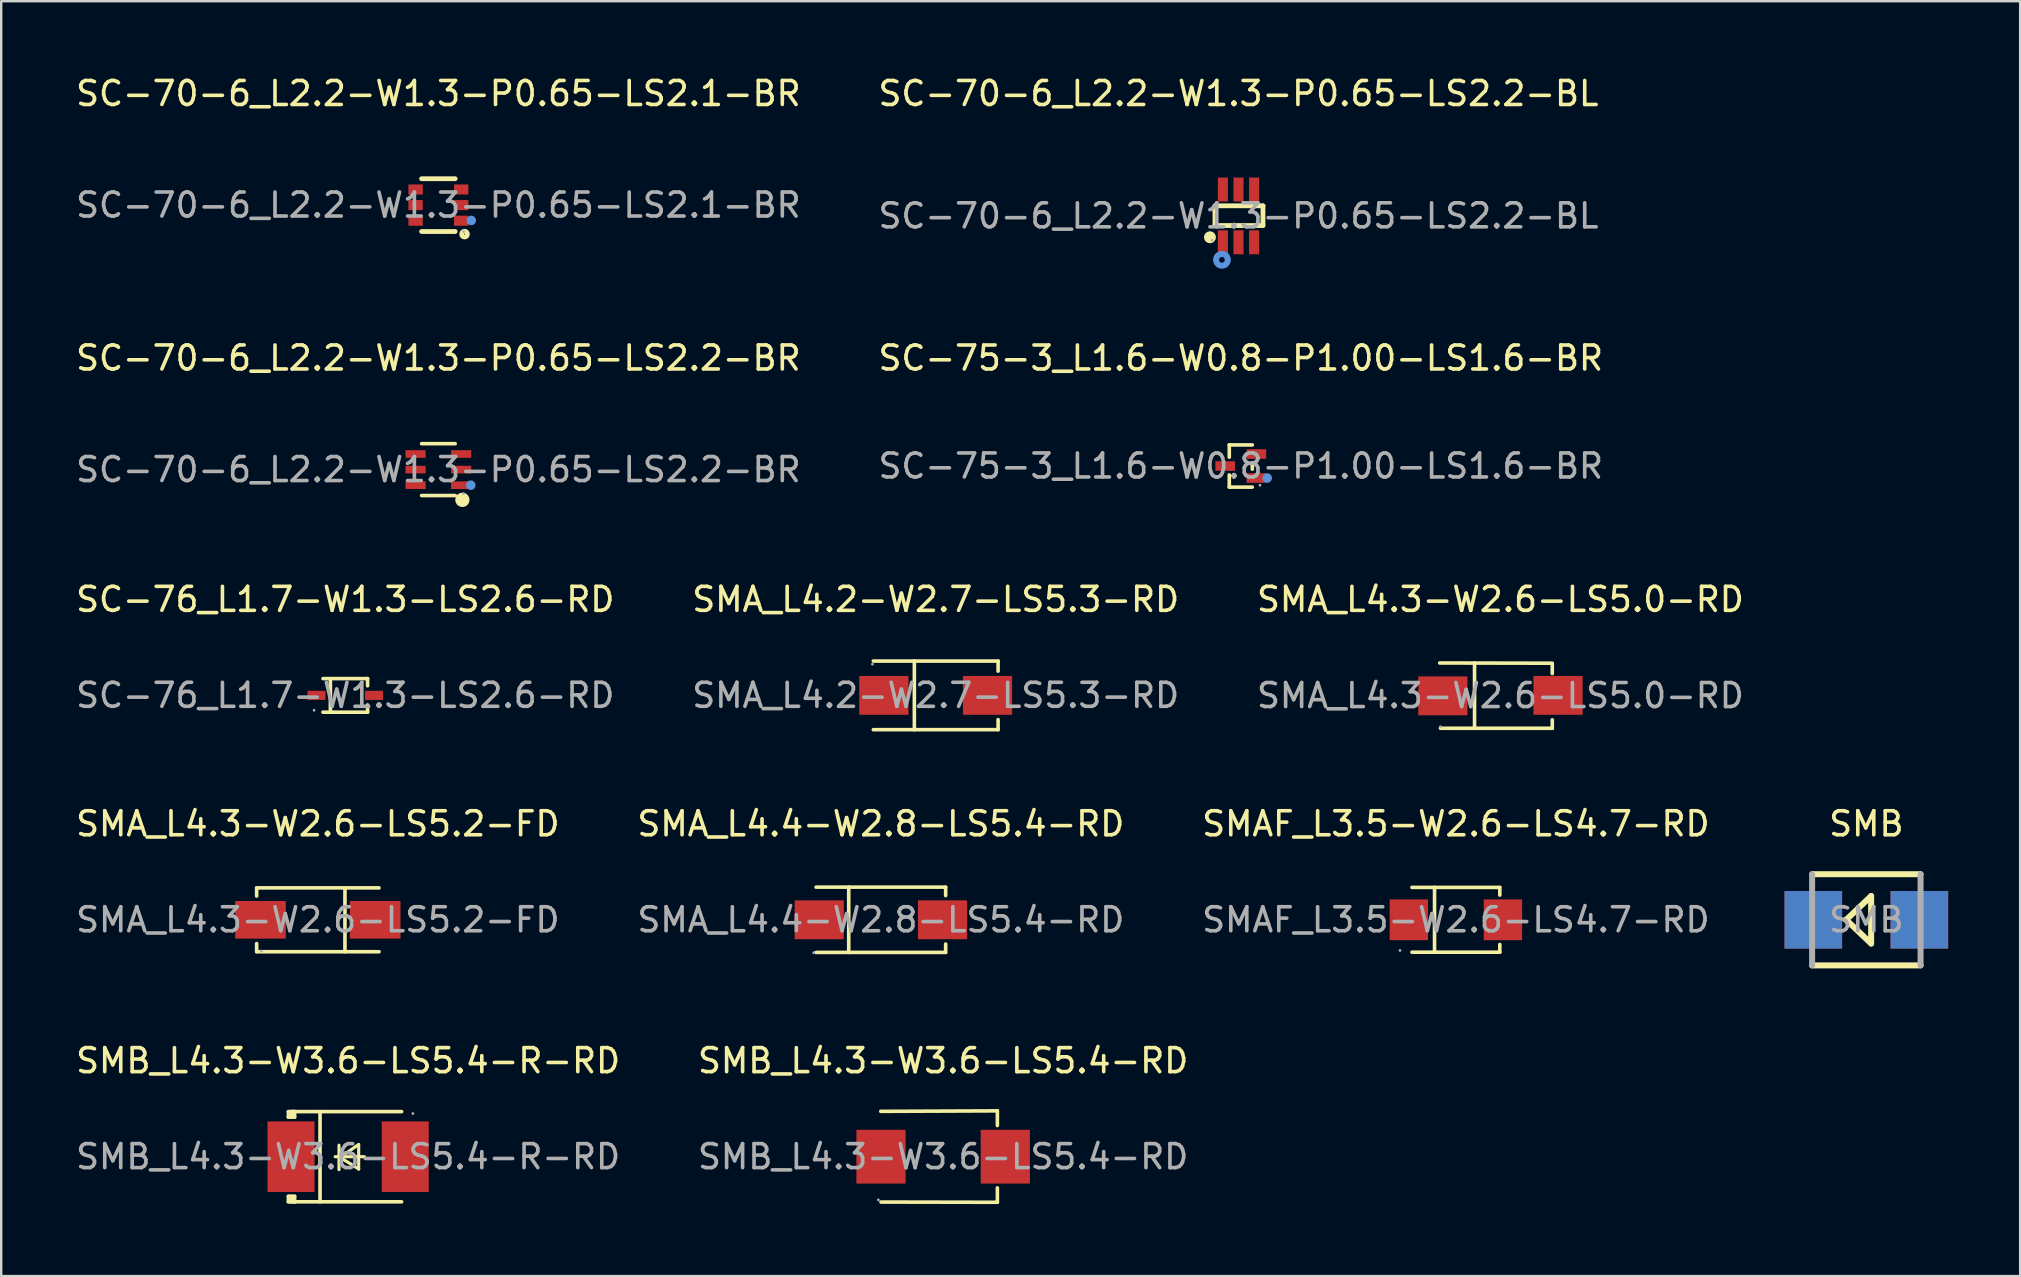
<source format=kicad_pcb>
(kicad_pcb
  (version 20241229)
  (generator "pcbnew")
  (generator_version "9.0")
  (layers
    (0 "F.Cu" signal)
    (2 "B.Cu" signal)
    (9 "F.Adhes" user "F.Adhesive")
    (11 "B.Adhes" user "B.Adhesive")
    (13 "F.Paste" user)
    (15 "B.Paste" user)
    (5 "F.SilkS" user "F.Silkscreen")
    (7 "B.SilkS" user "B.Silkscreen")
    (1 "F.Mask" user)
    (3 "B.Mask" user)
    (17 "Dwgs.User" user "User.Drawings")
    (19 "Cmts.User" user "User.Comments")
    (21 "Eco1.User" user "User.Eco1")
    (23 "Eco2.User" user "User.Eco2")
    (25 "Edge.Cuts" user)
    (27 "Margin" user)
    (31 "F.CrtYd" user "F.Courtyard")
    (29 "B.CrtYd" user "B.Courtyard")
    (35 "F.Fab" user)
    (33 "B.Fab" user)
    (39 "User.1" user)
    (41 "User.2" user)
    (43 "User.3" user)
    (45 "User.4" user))
  (footprint "SC-70-6_L2.2-W1.3-P0.65-LS2.2-BR"
    (layer "F.Cu")
    (at 15.22 16.521)
    (property "Reference" "SC-70-6_L2.2-W1.3-P0.65-LS2.2-BR" (at 0 -4.65 0) (layer "F.SilkS") (effects (font (size 1 1) (thickness 0.15))))
    (attr through_hole)
    (fp_line (start 0.7 -1.08) (end -0.7 -1.08) (stroke (width 0.15) (type solid)) (layer "F.SilkS"))
    (fp_line (start 0.7 1.08) (end -0.7 1.08) (stroke (width 0.15) (type solid)) (layer "F.SilkS"))
    (fp_circle (center 1 1.26) (end 1.15 1.26) (stroke (width 0.3) (type solid)) (fill no) (layer "F.SilkS"))
    (fp_circle (center 1.35 0.65) (end 1.45 0.65) (stroke (width 0.2) (type solid)) (fill no) (layer "Cmts.User"))
    (fp_circle (center 1.05 1) (end 1.08 1) (stroke (width 0.06) (type solid)) (fill no) (layer "F.Fab"))
    (fp_text user "${REFERENCE}" (at 0 0 0) (layer "F.Fab") (effects (font (size 1 1) (thickness 0.15))))
    (pad "1" smd rect (at 0.95 0.65) (size 0.84 0.32) (layers "F.Cu" "F.Mask" "F.Paste"))
    (pad "2" smd rect (at 0.95 0) (size 0.84 0.32) (layers "F.Cu" "F.Mask" "F.Paste"))
    (pad "3" smd rect (at 0.95 -0.65) (size 0.84 0.32) (layers "F.Cu" "F.Mask" "F.Paste"))
    (pad "4" smd rect (at -0.95 -0.65) (size 0.84 0.32) (layers "F.Cu" "F.Mask" "F.Paste"))
    (pad "5" smd rect (at -0.95 0) (size 0.84 0.32) (layers "F.Cu" "F.Mask" "F.Paste"))
    (pad "6" smd rect (at -0.95 0.65) (size 0.84 0.32) (layers "F.Cu" "F.Mask" "F.Paste")))
  (footprint "SMB_L4.3-W3.6-LS5.4-R-RD"
    (layer "F.Cu")
    (at 11.458 45.156)
    (property "Reference" "SMB_L4.3-W3.6-LS5.4-R-RD" (at 0 -4 0) (layer "F.SilkS") (effects (font (size 1 1) (thickness 0.15))))
    (attr through_hole)
    (fp_line (start -2.49 -1.88) (end -2.23 -1.88) (stroke (width 0.15) (type solid)) (layer "F.SilkS"))
    (fp_line (start -2.49 -1.65) (end -2.49 -1.88) (stroke (width 0.15) (type solid)) (layer "F.SilkS"))
    (fp_line (start -2.49 1.65) (end -2.23 1.65) (stroke (width 0.15) (type solid)) (layer "F.SilkS"))
    (fp_line (start -2.49 1.88) (end -2.49 1.65) (stroke (width 0.15) (type solid)) (layer "F.SilkS"))
    (fp_line (start -2.36 -1.87) (end -2.35 -1.88) (stroke (width 0.15) (type solid)) (layer "F.SilkS"))
    (fp_line (start -2.36 -1.65) (end -2.36 -1.87) (stroke (width 0.15) (type solid)) (layer "F.SilkS"))
    (fp_line (start -2.36 1.88) (end -2.36 1.65) (stroke (width 0.15) (type solid)) (layer "F.SilkS"))
    (fp_line (start -2.35 -1.88) (end -2.35 -1.65) (stroke (width 0.15) (type solid)) (layer "F.SilkS"))
    (fp_line (start -2.23 -1.88) (end -2.35 -1.88) (stroke (width 0.15) (type solid)) (layer "F.SilkS"))
    (fp_line (start -2.23 -1.65) (end -2.49 -1.65) (stroke (width 0.15) (type solid)) (layer "F.SilkS"))
    (fp_line (start -2.23 -1.65) (end -2.23 -1.88) (stroke (width 0.15) (type solid)) (layer "F.SilkS"))
    (fp_line (start -2.23 1.88) (end -2.49 1.88) (stroke (width 0.15) (type solid)) (layer "F.SilkS"))
    (fp_line (start -2.23 1.88) (end -2.36 1.88) (stroke (width 0.15) (type solid)) (layer "F.SilkS"))
    (fp_line (start -2.23 1.88) (end -2.23 1.65) (stroke (width 0.15) (type solid)) (layer "F.SilkS"))
    (fp_line (start -1.17 1.88) (end -1.17 -1.88) (stroke (width 0.15) (type solid)) (layer "F.SilkS"))
    (fp_line (start -0.54 0) (end 0.68 0) (stroke (width 0.13) (type solid)) (layer "F.SilkS"))
    (fp_line (start -0.38 -0.48) (end -0.38 0.54) (stroke (width 0.13) (type solid)) (layer "F.SilkS"))
    (fp_line (start -0.34 0.03) (end 0.44 0.51) (stroke (width 0.13) (type solid)) (layer "F.SilkS"))
    (fp_line (start 0.44 -0.51) (end -0.34 0.03) (stroke (width 0.13) (type solid)) (layer "F.SilkS"))
    (fp_line (start 0.44 0.52) (end 0.44 -0.5) (stroke (width 0.13) (type solid)) (layer "F.SilkS"))
    (fp_line (start 2.23 -1.88) (end -2.23 -1.88) (stroke (width 0.15) (type solid)) (layer "F.SilkS"))
    (fp_line (start 2.23 1.88) (end -2.23 1.88) (stroke (width 0.15) (type solid)) (layer "F.SilkS"))
    (fp_circle (center 2.7 -1.8) (end 2.73 -1.8) (stroke (width 0.06) (type solid)) (fill no) (layer "F.Fab"))
    (fp_text user "${REFERENCE}" (at 0 0 0) (layer "F.Fab") (effects (font (size 1 1) (thickness 0.15))))
    (pad "1" smd rect (at 2.38 0 180) (size 1.96 2.94) (layers "F.Cu" "F.Mask" "F.Paste"))
    (pad "2" smd rect (at -2.38 0 180) (size 1.96 2.94) (layers "F.Cu" "F.Mask" "F.Paste")))
  (footprint "SC-70-6_L2.2-W1.3-P0.65-LS2.2-BL"
    (layer "F.Cu")
    (at 48.565 5.948)
    (property "Reference" "SC-70-6_L2.2-W1.3-P0.65-LS2.2-BL" (at 0 -5.1 0) (layer "F.SilkS") (effects (font (size 1 1) (thickness 0.15))))
    (attr through_hole)
    (fp_line (start -0.98 -0.42) (end -0.98 -0.21) (stroke (width 0.2) (type solid)) (layer "F.SilkS"))
    (fp_line (start -0.98 -0.21) (end -0.98 0.4) (stroke (width 0.2) (type solid)) (layer "F.SilkS"))
    (fp_line (start -0.98 0.4) (end 1.02 0.4) (stroke (width 0.2) (type solid)) (layer "F.SilkS"))
    (fp_line (start 1.02 -0.42) (end -0.98 -0.42) (stroke (width 0.2) (type solid)) (layer "F.SilkS"))
    (fp_line (start 1.02 0.4) (end 1.02 -0.42) (stroke (width 0.2) (type solid)) (layer "F.SilkS"))
    (fp_arc (start -1.19 0.89) (mid -1.19 0.89) (end -1.19 0.89) (stroke (width 0.25) (type solid)) (layer "F.SilkS"))
    (fp_circle (center -0.69 1.83) (end -0.57 1.83) (stroke (width 0.25) (type solid)) (fill no) (layer "Cmts.User"))
    (fp_circle (center -1.1 1.01) (end -1.07 1.01) (stroke (width 0.06) (type solid)) (fill no) (layer "F.Fab"))
    (fp_text user "${REFERENCE}" (at 0 0 0) (layer "F.Fab") (effects (font (size 1 1) (thickness 0.15))))
    (pad "1" smd rect (at -0.65 1.1) (size 0.42 1) (layers "F.Cu" "F.Mask" "F.Paste"))
    (pad "2" smd rect (at 0 1.1) (size 0.42 1) (layers "F.Cu" "F.Mask" "F.Paste"))
    (pad "3" smd rect (at 0.65 1.1) (size 0.42 1) (layers "F.Cu" "F.Mask" "F.Paste"))
    (pad "4" smd rect (at 0.65 -1.1 180) (size 0.42 1) (layers "F.Cu" "F.Mask" "F.Paste"))
    (pad "5" smd rect (at 0 -1.1 180) (size 0.42 1) (layers "F.Cu" "F.Mask" "F.Paste"))
    (pad "6" smd rect (at -0.65 -1.1 180) (size 0.42 1) (layers "F.Cu" "F.Mask" "F.Paste")))
  (footprint "SC-75-3_L1.6-W0.8-P1.00-LS1.6-BR"
    (layer "F.Cu")
    (at 48.661 16.372)
    (property "Reference" "SC-75-3_L1.6-W0.8-P1.00-LS1.6-BR" (at 0 -4.5 0) (layer "F.SilkS") (effects (font (size 1 1) (thickness 0.15))))
    (attr through_hole)
    (fp_line (start -0.48 -0.88) (end -0.48 -0.37) (stroke (width 0.15) (type solid)) (layer "F.SilkS"))
    (fp_line (start -0.48 0.88) (end -0.48 0.37) (stroke (width 0.15) (type solid)) (layer "F.SilkS"))
    (fp_line (start 0.48 -0.88) (end -0.48 -0.88) (stroke (width 0.15) (type solid)) (layer "F.SilkS"))
    (fp_line (start 0.48 -0.13) (end 0.48 0.13) (stroke (width 0.15) (type solid)) (layer "F.SilkS"))
    (fp_line (start 0.48 0.88) (end -0.48 0.88) (stroke (width 0.15) (type solid)) (layer "F.SilkS"))
    (fp_circle (center 1.1 0.5) (end 1.2 0.5) (stroke (width 0.2) (type solid)) (fill no) (layer "Cmts.User"))
    (fp_circle (center 0.8 0.8) (end 0.83 0.8) (stroke (width 0.06) (type solid)) (fill no) (layer "F.Fab"))
    (fp_text user "${REFERENCE}" (at 0 0 0) (layer "F.Fab") (effects (font (size 1 1) (thickness 0.15))))
    (pad "1" smd rect (at 0.65 0.5) (size 0.82 0.4) (layers "F.Cu" "F.Mask" "F.Paste"))
    (pad "2" smd rect (at 0.65 -0.5) (size 0.82 0.4) (layers "F.Cu" "F.Mask" "F.Paste"))
    (pad "3" smd rect (at -0.65 0) (size 0.82 0.4) (layers "F.Cu" "F.Mask" "F.Paste")))
  (footprint "SMA_L4.3-W2.6-LS5.2-FD"
    (layer "F.Cu")
    (at 10.196 35.283)
    (property "Reference" "SMA_L4.3-W2.6-LS5.2-FD" (at 0 -4 0) (layer "F.SilkS") (effects (font (size 1 1) (thickness 0.15))))
    (attr through_hole)
    (fp_line (start -2.55 -1.33) (end -2.55 -0.99) (stroke (width 0.15) (type solid)) (layer "F.SilkS"))
    (fp_line (start -2.55 1.33) (end -2.55 0.99) (stroke (width 0.15) (type solid)) (layer "F.SilkS"))
    (fp_line (start 1.13 1.33) (end 1.13 -1.33) (stroke (width 0.15) (type solid)) (layer "F.SilkS"))
    (fp_line (start 2.55 -1.33) (end -2.55 -1.33) (stroke (width 0.15) (type solid)) (layer "F.SilkS"))
    (fp_line (start 2.55 1.33) (end -2.55 1.33) (stroke (width 0.15) (type solid)) (layer "F.SilkS"))
    (fp_circle (center -2.35 1.3) (end -2.32 1.3) (stroke (width 0.06) (type solid)) (fill no) (layer "F.Fab"))
    (fp_text user "${REFERENCE}" (at 0 0 0) (layer "F.Fab") (effects (font (size 1 1) (thickness 0.15))))
    (pad "1" smd rect (at -2.39 0) (size 2.11 1.57) (layers "F.Cu" "F.Mask" "F.Paste"))
    (pad "2" smd rect (at 2.39 0) (size 2.11 1.57) (layers "F.Cu" "F.Mask" "F.Paste")))
  (footprint "SC-70-6_L2.2-W1.3-P0.65-LS2.1-BR"
    (layer "F.Cu")
    (at 15.22 5.498)
    (property "Reference" "SC-70-6_L2.2-W1.3-P0.65-LS2.1-BR" (at 0 -4.65 0) (layer "F.SilkS") (effects (font (size 1 1) (thickness 0.15))))
    (attr through_hole)
    (fp_line (start -0.7 -1.1) (end 0.7 -1.1) (stroke (width 0.2) (type solid)) (layer "F.SilkS"))
    (fp_line (start -0.7 1.1) (end 0.7 1.1) (stroke (width 0.2) (type solid)) (layer "F.SilkS"))
    (fp_arc (start 1.1 1.09) (mid 1.085013 1.330313) (end 1.089966 1.089584) (stroke (width 0.2) (type solid)) (layer "F.SilkS"))
    (fp_circle (center 1.37 0.64) (end 1.47 0.64) (stroke (width 0.2) (type solid)) (fill no) (layer "Cmts.User"))
    (fp_circle (center 1.05 1.1) (end 1.08 1.1) (stroke (width 0.06) (type solid)) (fill no) (layer "F.Fab"))
    (fp_text user "${REFERENCE}" (at 0 0 0) (layer "F.Fab") (effects (font (size 1 1) (thickness 0.15))))
    (pad "1" smd rect (at 0.95 0.65 90) (size 0.42 0.6) (layers "F.Cu" "F.Mask" "F.Paste"))
    (pad "2" smd rect (at 0.95 0 90) (size 0.42 0.6) (layers "F.Cu" "F.Mask" "F.Paste"))
    (pad "3" smd rect (at 0.95 -0.65 90) (size 0.42 0.6) (layers "F.Cu" "F.Mask" "F.Paste"))
    (pad "4" smd rect (at -0.95 -0.65 270) (size 0.42 0.6) (layers "F.Cu" "F.Mask" "F.Paste"))
    (pad "5" smd rect (at -0.95 0 270) (size 0.42 0.6) (layers "F.Cu" "F.Mask" "F.Paste"))
    (pad "6" smd rect (at -0.95 0.65 270) (size 0.42 0.6) (layers "F.Cu" "F.Mask" "F.Paste")))
  (footprint "SMB_L4.3-W3.6-LS5.4-RD"
    (layer "F.Cu")
    (at 36.256 45.156)
    (property "Reference" "SMB_L4.3-W3.6-LS5.4-RD" (at 0 -4 0) (layer "F.SilkS") (effects (font (size 1 1) (thickness 0.15))))
    (attr through_hole)
    (fp_line (start 2.25 -1.91) (end -2.6 -1.89) (stroke (width 0.15) (type solid)) (layer "F.SilkS"))
    (fp_line (start 2.25 -1.91) (end 2.26 -1.91) (stroke (width 0.15) (type solid)) (layer "F.SilkS"))
    (fp_line (start 2.26 -1.91) (end 2.26 -1.3) (stroke (width 0.15) (type solid)) (layer "F.SilkS"))
    (fp_line (start 2.26 1.3) (end 2.26 1.9) (stroke (width 0.15) (type solid)) (layer "F.SilkS"))
    (fp_line (start 2.26 1.9) (end -2.59 1.89) (stroke (width 0.15) (type solid)) (layer "F.SilkS"))
    (fp_circle (center -2.7 1.8) (end -2.67 1.8) (stroke (width 0.06) (type solid)) (fill no) (layer "F.Fab"))
    (fp_text user "${REFERENCE}" (at 0 0 0) (layer "F.Fab") (effects (font (size 1 1) (thickness 0.15))))
    (pad "1" smd rect (at -2.59 0) (size 2.05 2.24) (layers "F.Cu" "F.Mask" "F.Paste"))
    (pad "2" smd rect (at 2.59 0) (size 2.05 2.24) (layers "F.Cu" "F.Mask" "F.Paste")))
  (footprint "SMB"
    (layer "F.Cu")
    (at 74.731 35.283)
    (property "Reference" "SMB" (at 0 -4 0) (layer "F.SilkS") (effects (font (size 1 1) (thickness 0.15))))
    (attr through_hole)
    (fp_line (start -2.26 -1.9) (end 2.26 -1.9) (stroke (width 0.25) (type solid)) (layer "F.SilkS"))
    (fp_line (start -2.26 1.9) (end 2.26 1.9) (stroke (width 0.25) (type solid)) (layer "F.SilkS"))
    (fp_line (start -0.84 0) (end 0.2 0.99) (stroke (width 0.25) (type solid)) (layer "F.SilkS"))
    (fp_line (start 0.2 -0.99) (end -0.84 0) (stroke (width 0.25) (type solid)) (layer "F.SilkS"))
    (fp_line (start 0.2 0.99) (end 0.2 -0.99) (stroke (width 0.25) (type solid)) (layer "F.SilkS"))
    (fp_line (start -2.26 1.9) (end -2.26 -1.9) (stroke (width 0.25) (type solid)) (layer "F.Fab"))
    (fp_line (start 2.26 1.9) (end 2.26 -1.9) (stroke (width 0.25) (type solid)) (layer "F.Fab"))
    (fp_text user "${REFERENCE}" (at 0 0 0) (layer "F.Fab") (effects (font (size 1 1) (thickness 0.15))))
    (pad "1" thru_hole rect (at 2.21 0) (size 2.4 2.4) (drill 0.001) (layers "F.Cu" "F.Mask" "F.Paste"))
    (pad "2" thru_hole rect (at -2.21 0) (size 2.4 2.4) (drill 0.001) (layers "F.Cu" "F.Mask" "F.Paste")))
  (footprint "SMA_L4.4-W2.8-LS5.4-RD"
    (layer "F.Cu")
    (at 33.661 35.283)
    (property "Reference" "SMA_L4.4-W2.8-LS5.4-RD" (at 0 -4 0) (layer "F.SilkS") (effects (font (size 1 1) (thickness 0.15))))
    (attr through_hole)
    (fp_line (start -2.7 -1.36) (end 2.7 -1.36) (stroke (width 0.15) (type solid)) (layer "F.SilkS"))
    (fp_line (start -2.7 1.36) (end 2.7 1.36) (stroke (width 0.15) (type solid)) (layer "F.SilkS"))
    (fp_line (start -1.34 -1.36) (end -1.34 1.36) (stroke (width 0.15) (type solid)) (layer "F.SilkS"))
    (fp_line (start 2.7 -1.36) (end 2.7 -1.01) (stroke (width 0.15) (type solid)) (layer "F.SilkS"))
    (fp_line (start 2.7 1.36) (end 2.7 1.01) (stroke (width 0.15) (type solid)) (layer "F.SilkS"))
    (fp_circle (center -2.8 1.37) (end -2.77 1.37) (stroke (width 0.06) (type solid)) (fill no) (layer "F.Fab"))
    (fp_text user "${REFERENCE}" (at 0 0 0) (layer "F.Fab") (effects (font (size 1 1) (thickness 0.15))))
    (pad "1" smd rect (at -2.57 0) (size 2.05 1.62) (layers "F.Cu" "F.Mask" "F.Paste"))
    (pad "2" smd rect (at 2.57 0) (size 2.05 1.62) (layers "F.Cu" "F.Mask" "F.Paste")))
  (footprint "SMA_L4.3-W2.6-LS5.0-RD"
    (layer "F.Cu")
    (at 59.482 25.94)
    (property "Reference" "SMA_L4.3-W2.6-LS5.0-RD" (at 0 -4.01 0) (layer "F.SilkS") (effects (font (size 1 1) (thickness 0.15))))
    (attr through_hole)
    (fp_line (start -2.53 -1.36) (end 2.16 -1.35) (stroke (width 0.15) (type solid)) (layer "F.SilkS"))
    (fp_line (start -2.5 1.36) (end 2.16 1.36) (stroke (width 0.15) (type solid)) (layer "F.SilkS"))
    (fp_line (start -1.08 -1.36) (end -1.08 1.36) (stroke (width 0.15) (type solid)) (layer "F.SilkS"))
    (fp_line (start 2.16 -1.27) (end 2.16 -0.92) (stroke (width 0.15) (type solid)) (layer "F.SilkS"))
    (fp_line (start 2.16 1.36) (end 2.16 1.01) (stroke (width 0.15) (type solid)) (layer "F.SilkS"))
    (fp_circle (center -2.5 1.3) (end -2.47 1.3) (stroke (width 0.06) (type solid)) (fill no) (layer "F.Fab"))
    (fp_text user "${REFERENCE}" (at 0 0 0) (layer "F.Fab") (effects (font (size 1 1) (thickness 0.15))))
    (pad "1" smd rect (at -2.4 0.01) (size 2.05 1.62) (layers "F.Cu" "F.Mask" "F.Paste"))
    (pad "2" smd rect (at 2.4 -0.01 180) (size 2.05 1.62) (layers "F.Cu" "F.Mask" "F.Paste")))
  (footprint "SMA_L4.2-W2.7-LS5.3-RD"
    (layer "F.Cu")
    (at 35.946 25.93)
    (property "Reference" "SMA_L4.2-W2.7-LS5.3-RD" (at 0 -4 0) (layer "F.SilkS") (effects (font (size 1 1) (thickness 0.15))))
    (attr through_hole)
    (fp_line (start -2.6 -1.43) (end 2.6 -1.43) (stroke (width 0.15) (type solid)) (layer "F.SilkS"))
    (fp_line (start -2.6 1.43) (end 2.6 1.43) (stroke (width 0.15) (type solid)) (layer "F.SilkS"))
    (fp_line (start -0.89 -1.43) (end -0.89 1.43) (stroke (width 0.15) (type solid)) (layer "F.SilkS"))
    (fp_line (start 2.6 -1.43) (end 2.6 -1.01) (stroke (width 0.15) (type solid)) (layer "F.SilkS"))
    (fp_line (start 2.6 1.43) (end 2.6 1.01) (stroke (width 0.15) (type solid)) (layer "F.SilkS"))
    (fp_circle (center -2.64 -1.3) (end -2.61 -1.3) (stroke (width 0.06) (type solid)) (fill no) (layer "F.Fab"))
    (fp_text user "${REFERENCE}" (at 0 0 0) (layer "F.Fab") (effects (font (size 1 1) (thickness 0.15))))
    (pad "1" smd rect (at -2.16 0 180) (size 2.05 1.62) (layers "F.Cu" "F.Mask" "F.Paste"))
    (pad "2" smd rect (at 2.16 0 180) (size 2.05 1.62) (layers "F.Cu" "F.Mask" "F.Paste")))
  (footprint "SMAF_L3.5-W2.6-LS4.7-RD"
    (layer "F.Cu")
    (at 57.625 35.283)
    (property "Reference" "SMAF_L3.5-W2.6-LS4.7-RD" (at 0 -4 0) (layer "F.SilkS") (effects (font (size 1 1) (thickness 0.15))))
    (attr through_hole)
    (fp_line (start -1.83 -1.35) (end 1.83 -1.35) (stroke (width 0.15) (type solid)) (layer "F.SilkS"))
    (fp_line (start -1.83 1.35) (end 1.83 1.35) (stroke (width 0.15) (type solid)) (layer "F.SilkS"))
    (fp_line (start -0.89 -1.35) (end -0.89 1.35) (stroke (width 0.15) (type solid)) (layer "F.SilkS"))
    (fp_line (start 1.83 -1.35) (end 1.83 -1.03) (stroke (width 0.15) (type solid)) (layer "F.SilkS"))
    (fp_line (start 1.83 1.03) (end 1.83 1.35) (stroke (width 0.15) (type solid)) (layer "F.SilkS"))
    (fp_circle (center -2.33 1.28) (end -2.3 1.28) (stroke (width 0.06) (type solid)) (fill no) (layer "F.Fab"))
    (fp_text user "${REFERENCE}" (at 0 0 0) (layer "F.Fab") (effects (font (size 1 1) (thickness 0.15))))
    (pad "1" smd rect (at -1.96 0 180) (size 1.6 1.7) (layers "F.Cu" "F.Mask" "F.Paste"))
    (pad "2" smd rect (at 1.96 0 180) (size 1.6 1.7) (layers "F.Cu" "F.Mask" "F.Paste")))
  (footprint "SC-76_L1.7-W1.3-LS2.6-RD"
    (layer "F.Cu")
    (at 11.339 25.93)
    (property "Reference" "SC-76_L1.7-W1.3-LS2.6-RD" (at 0 -4 0) (layer "F.SilkS") (effects (font (size 1 1) (thickness 0.15))))
    (attr through_hole)
    (fp_line (start -0.93 -0.7) (end 0.93 -0.7) (stroke (width 0.15) (type solid)) (layer "F.SilkS"))
    (fp_line (start -0.93 0.7) (end 0.93 0.7) (stroke (width 0.15) (type solid)) (layer "F.SilkS"))
    (fp_line (start -0.62 -0.7) (end -0.62 0.7) (stroke (width 0.15) (type solid)) (layer "F.SilkS"))
    (fp_line (start 0.93 -0.7) (end 0.93 -0.4) (stroke (width 0.15) (type solid)) (layer "F.SilkS"))
    (fp_line (start 0.93 0.7) (end 0.93 0.4) (stroke (width 0.15) (type solid)) (layer "F.SilkS"))
    (fp_circle (center -1.3 0.62) (end -1.27 0.62) (stroke (width 0.06) (type solid)) (fill no) (layer "F.Fab"))
    (fp_text user "${REFERENCE}" (at 0 0 0) (layer "F.Fab") (effects (font (size 1 1) (thickness 0.15))))
    (pad "1" smd rect (at -1.2 0 180) (size 0.75 0.38) (layers "F.Cu" "F.Mask" "F.Paste"))
    (pad "2" smd rect (at 1.2 0 180) (size 0.75 0.38) (layers "F.Cu" "F.Mask" "F.Paste")))
  (gr_rect
    (start -3 -3)
    (end 81.141 50.131)
    (stroke (width 0.1) (type default))
    (fill no)
    (layer "Edge.Cuts")))
</source>
